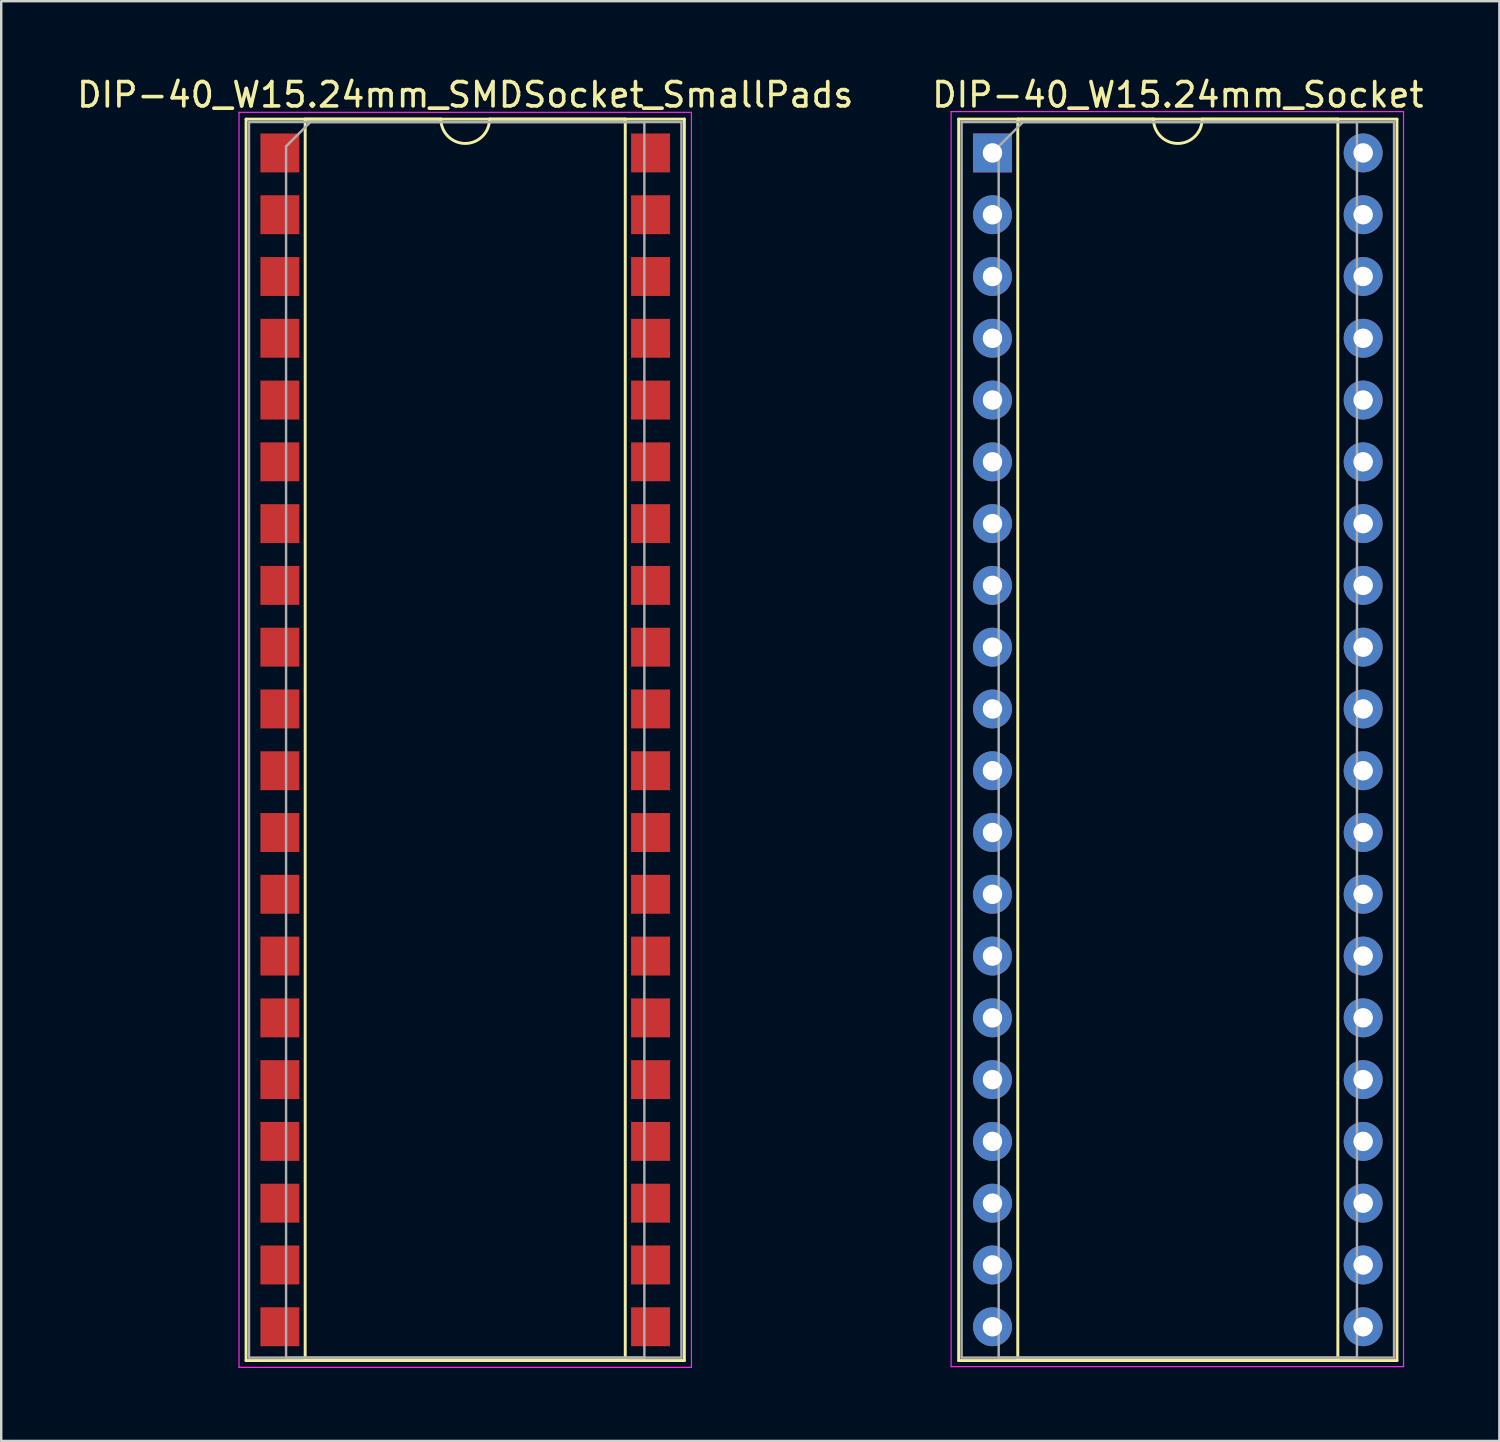
<source format=kicad_pcb>
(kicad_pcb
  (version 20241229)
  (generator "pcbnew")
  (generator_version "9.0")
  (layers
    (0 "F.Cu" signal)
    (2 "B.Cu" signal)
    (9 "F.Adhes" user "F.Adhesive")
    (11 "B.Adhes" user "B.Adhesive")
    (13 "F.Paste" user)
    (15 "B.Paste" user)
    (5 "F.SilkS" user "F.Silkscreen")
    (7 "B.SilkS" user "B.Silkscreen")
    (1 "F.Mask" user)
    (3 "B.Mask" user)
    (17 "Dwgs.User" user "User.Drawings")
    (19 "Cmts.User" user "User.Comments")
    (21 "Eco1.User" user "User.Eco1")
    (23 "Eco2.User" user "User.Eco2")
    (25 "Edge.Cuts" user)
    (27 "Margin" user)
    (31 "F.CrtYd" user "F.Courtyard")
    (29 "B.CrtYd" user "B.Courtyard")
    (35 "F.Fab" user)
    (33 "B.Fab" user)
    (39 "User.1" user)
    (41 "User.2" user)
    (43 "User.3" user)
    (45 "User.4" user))
  (footprint "DIP-40_W15.24mm_Socket"
    (layer "F.Cu")
    (at 37.755 3.238)
    (property "Reference" "DIP-40_W15.24mm_Socket" (at 7.62 -2.39 0) (layer "F.SilkS") (effects (font (size 1 1) (thickness 0.15))))
    (attr through_hole)
    (fp_line (start -1.39 -1.39) (end -1.39 49.65) (stroke (width 0.12) (type solid)) (layer "F.SilkS"))
    (fp_line (start -1.39 49.65) (end 16.63 49.65) (stroke (width 0.12) (type solid)) (layer "F.SilkS"))
    (fp_line (start 1.04 -1.39) (end 1.04 49.65) (stroke (width 0.12) (type solid)) (layer "F.SilkS"))
    (fp_line (start 1.04 49.65) (end 14.2 49.65) (stroke (width 0.12) (type solid)) (layer "F.SilkS"))
    (fp_line (start 6.62 -1.39) (end 1.04 -1.39) (stroke (width 0.12) (type solid)) (layer "F.SilkS"))
    (fp_line (start 14.2 -1.39) (end 8.62 -1.39) (stroke (width 0.12) (type solid)) (layer "F.SilkS"))
    (fp_line (start 14.2 49.65) (end 14.2 -1.39) (stroke (width 0.12) (type solid)) (layer "F.SilkS"))
    (fp_line (start 16.63 -1.39) (end -1.39 -1.39) (stroke (width 0.12) (type solid)) (layer "F.SilkS"))
    (fp_line (start 16.63 49.65) (end 16.63 -1.39) (stroke (width 0.12) (type solid)) (layer "F.SilkS"))
    (fp_arc (start 8.62 -1.39) (mid 7.62 -0.39) (end 6.62 -1.39) (stroke (width 0.12) (type solid)) (layer "F.SilkS"))
    (fp_line (start -1.7 -1.7) (end -1.7 49.9) (stroke (width 0.05) (type solid)) (layer "F.CrtYd"))
    (fp_line (start -1.7 49.9) (end 16.9 49.9) (stroke (width 0.05) (type solid)) (layer "F.CrtYd"))
    (fp_line (start 16.9 -1.7) (end -1.7 -1.7) (stroke (width 0.05) (type solid)) (layer "F.CrtYd"))
    (fp_line (start 16.9 49.9) (end 16.9 -1.7) (stroke (width 0.05) (type solid)) (layer "F.CrtYd"))
    (fp_line (start -1.27 -1.27) (end -1.27 49.53) (stroke (width 0.1) (type solid)) (layer "F.Fab"))
    (fp_line (start -1.27 49.53) (end 16.51 49.53) (stroke (width 0.1) (type solid)) (layer "F.Fab"))
    (fp_line (start 0.255 -0.27) (end 1.255 -1.27) (stroke (width 0.1) (type solid)) (layer "F.Fab"))
    (fp_line (start 0.255 49.53) (end 0.255 -0.27) (stroke (width 0.1) (type solid)) (layer "F.Fab"))
    (fp_line (start 1.255 -1.27) (end 14.985 -1.27) (stroke (width 0.1) (type solid)) (layer "F.Fab"))
    (fp_line (start 14.985 -1.27) (end 14.985 49.53) (stroke (width 0.1) (type solid)) (layer "F.Fab"))
    (fp_line (start 14.985 49.53) (end 0.255 49.53) (stroke (width 0.1) (type solid)) (layer "F.Fab"))
    (fp_line (start 16.51 -1.27) (end -1.27 -1.27) (stroke (width 0.1) (type solid)) (layer "F.Fab"))
    (fp_line (start 16.51 49.53) (end 16.51 -1.27) (stroke (width 0.1) (type solid)) (layer "F.Fab"))
    (pad "1" thru_hole rect (at 0 0) (size 1.6 1.6) (drill 0.8) (layers "*.Cu" "*.Mask"))
    (pad "2" thru_hole oval (at 0 2.54) (size 1.6 1.6) (drill 0.8) (layers "*.Cu" "*.Mask"))
    (pad "3" thru_hole oval (at 0 5.08) (size 1.6 1.6) (drill 0.8) (layers "*.Cu" "*.Mask"))
    (pad "4" thru_hole oval (at 0 7.62) (size 1.6 1.6) (drill 0.8) (layers "*.Cu" "*.Mask"))
    (pad "5" thru_hole oval (at 0 10.16) (size 1.6 1.6) (drill 0.8) (layers "*.Cu" "*.Mask"))
    (pad "6" thru_hole oval (at 0 12.7) (size 1.6 1.6) (drill 0.8) (layers "*.Cu" "*.Mask"))
    (pad "7" thru_hole oval (at 0 15.24) (size 1.6 1.6) (drill 0.8) (layers "*.Cu" "*.Mask"))
    (pad "8" thru_hole oval (at 0 17.78) (size 1.6 1.6) (drill 0.8) (layers "*.Cu" "*.Mask"))
    (pad "9" thru_hole oval (at 0 20.32) (size 1.6 1.6) (drill 0.8) (layers "*.Cu" "*.Mask"))
    (pad "10" thru_hole oval (at 0 22.86) (size 1.6 1.6) (drill 0.8) (layers "*.Cu" "*.Mask"))
    (pad "11" thru_hole oval (at 0 25.4) (size 1.6 1.6) (drill 0.8) (layers "*.Cu" "*.Mask"))
    (pad "12" thru_hole oval (at 0 27.94) (size 1.6 1.6) (drill 0.8) (layers "*.Cu" "*.Mask"))
    (pad "13" thru_hole oval (at 0 30.48) (size 1.6 1.6) (drill 0.8) (layers "*.Cu" "*.Mask"))
    (pad "14" thru_hole oval (at 0 33.02) (size 1.6 1.6) (drill 0.8) (layers "*.Cu" "*.Mask"))
    (pad "15" thru_hole oval (at 0 35.56) (size 1.6 1.6) (drill 0.8) (layers "*.Cu" "*.Mask"))
    (pad "16" thru_hole oval (at 0 38.1) (size 1.6 1.6) (drill 0.8) (layers "*.Cu" "*.Mask"))
    (pad "17" thru_hole oval (at 0 40.64) (size 1.6 1.6) (drill 0.8) (layers "*.Cu" "*.Mask"))
    (pad "18" thru_hole oval (at 0 43.18) (size 1.6 1.6) (drill 0.8) (layers "*.Cu" "*.Mask"))
    (pad "19" thru_hole oval (at 0 45.72) (size 1.6 1.6) (drill 0.8) (layers "*.Cu" "*.Mask"))
    (pad "20" thru_hole oval (at 0 48.26) (size 1.6 1.6) (drill 0.8) (layers "*.Cu" "*.Mask"))
    (pad "21" thru_hole oval (at 15.24 48.26) (size 1.6 1.6) (drill 0.8) (layers "*.Cu" "*.Mask"))
    (pad "22" thru_hole oval (at 15.24 45.72) (size 1.6 1.6) (drill 0.8) (layers "*.Cu" "*.Mask"))
    (pad "23" thru_hole oval (at 15.24 43.18) (size 1.6 1.6) (drill 0.8) (layers "*.Cu" "*.Mask"))
    (pad "24" thru_hole oval (at 15.24 40.64) (size 1.6 1.6) (drill 0.8) (layers "*.Cu" "*.Mask"))
    (pad "25" thru_hole oval (at 15.24 38.1) (size 1.6 1.6) (drill 0.8) (layers "*.Cu" "*.Mask"))
    (pad "26" thru_hole oval (at 15.24 35.56) (size 1.6 1.6) (drill 0.8) (layers "*.Cu" "*.Mask"))
    (pad "27" thru_hole oval (at 15.24 33.02) (size 1.6 1.6) (drill 0.8) (layers "*.Cu" "*.Mask"))
    (pad "28" thru_hole oval (at 15.24 30.48) (size 1.6 1.6) (drill 0.8) (layers "*.Cu" "*.Mask"))
    (pad "29" thru_hole oval (at 15.24 27.94) (size 1.6 1.6) (drill 0.8) (layers "*.Cu" "*.Mask"))
    (pad "30" thru_hole oval (at 15.24 25.4) (size 1.6 1.6) (drill 0.8) (layers "*.Cu" "*.Mask"))
    (pad "31" thru_hole oval (at 15.24 22.86) (size 1.6 1.6) (drill 0.8) (layers "*.Cu" "*.Mask"))
    (pad "32" thru_hole oval (at 15.24 20.32) (size 1.6 1.6) (drill 0.8) (layers "*.Cu" "*.Mask"))
    (pad "33" thru_hole oval (at 15.24 17.78) (size 1.6 1.6) (drill 0.8) (layers "*.Cu" "*.Mask"))
    (pad "34" thru_hole oval (at 15.24 15.24) (size 1.6 1.6) (drill 0.8) (layers "*.Cu" "*.Mask"))
    (pad "35" thru_hole oval (at 15.24 12.7) (size 1.6 1.6) (drill 0.8) (layers "*.Cu" "*.Mask"))
    (pad "36" thru_hole oval (at 15.24 10.16) (size 1.6 1.6) (drill 0.8) (layers "*.Cu" "*.Mask"))
    (pad "37" thru_hole oval (at 15.24 7.62) (size 1.6 1.6) (drill 0.8) (layers "*.Cu" "*.Mask"))
    (pad "38" thru_hole oval (at 15.24 5.08) (size 1.6 1.6) (drill 0.8) (layers "*.Cu" "*.Mask"))
    (pad "39" thru_hole oval (at 15.24 2.54) (size 1.6 1.6) (drill 0.8) (layers "*.Cu" "*.Mask"))
    (pad "40" thru_hole oval (at 15.24 0) (size 1.6 1.6) (drill 0.8) (layers "*.Cu" "*.Mask")))
  (footprint "DIP-40_W15.24mm_SMDSocket_SmallPads"
    (layer "F.Cu")
    (at 16.077 27.368)
    (property "Reference" "DIP-40_W15.24mm_SMDSocket_SmallPads" (at 0 -26.52 0) (layer "F.SilkS") (effects (font (size 1 1) (thickness 0.15))))
    (attr smd)
    (fp_line (start -9.01 -25.52) (end -9.01 25.52) (stroke (width 0.12) (type solid)) (layer "F.SilkS"))
    (fp_line (start -9.01 25.52) (end 9.01 25.52) (stroke (width 0.12) (type solid)) (layer "F.SilkS"))
    (fp_line (start -6.58 -25.52) (end -6.58 25.52) (stroke (width 0.12) (type solid)) (layer "F.SilkS"))
    (fp_line (start -6.58 25.52) (end 6.58 25.52) (stroke (width 0.12) (type solid)) (layer "F.SilkS"))
    (fp_line (start -1 -25.52) (end -6.58 -25.52) (stroke (width 0.12) (type solid)) (layer "F.SilkS"))
    (fp_line (start 6.58 -25.52) (end 1 -25.52) (stroke (width 0.12) (type solid)) (layer "F.SilkS"))
    (fp_line (start 6.58 25.52) (end 6.58 -25.52) (stroke (width 0.12) (type solid)) (layer "F.SilkS"))
    (fp_line (start 9.01 -25.52) (end -9.01 -25.52) (stroke (width 0.12) (type solid)) (layer "F.SilkS"))
    (fp_line (start 9.01 25.52) (end 9.01 -25.52) (stroke (width 0.12) (type solid)) (layer "F.SilkS"))
    (fp_arc (start 1 -25.52) (mid 0 -24.52) (end -1 -25.52) (stroke (width 0.12) (type solid)) (layer "F.SilkS"))
    (fp_line (start -9.3 -25.8) (end -9.3 25.8) (stroke (width 0.05) (type solid)) (layer "F.CrtYd"))
    (fp_line (start -9.3 25.8) (end 9.3 25.8) (stroke (width 0.05) (type solid)) (layer "F.CrtYd"))
    (fp_line (start 9.3 -25.8) (end -9.3 -25.8) (stroke (width 0.05) (type solid)) (layer "F.CrtYd"))
    (fp_line (start 9.3 25.8) (end 9.3 -25.8) (stroke (width 0.05) (type solid)) (layer "F.CrtYd"))
    (fp_line (start -8.89 -25.4) (end -8.89 25.4) (stroke (width 0.1) (type solid)) (layer "F.Fab"))
    (fp_line (start -8.89 25.4) (end 8.89 25.4) (stroke (width 0.1) (type solid)) (layer "F.Fab"))
    (fp_line (start -7.365 -24.4) (end -6.365 -25.4) (stroke (width 0.1) (type solid)) (layer "F.Fab"))
    (fp_line (start -7.365 25.4) (end -7.365 -24.4) (stroke (width 0.1) (type solid)) (layer "F.Fab"))
    (fp_line (start -6.365 -25.4) (end 7.365 -25.4) (stroke (width 0.1) (type solid)) (layer "F.Fab"))
    (fp_line (start 7.365 -25.4) (end 7.365 25.4) (stroke (width 0.1) (type solid)) (layer "F.Fab"))
    (fp_line (start 7.365 25.4) (end -7.365 25.4) (stroke (width 0.1) (type solid)) (layer "F.Fab"))
    (fp_line (start 8.89 -25.4) (end -8.89 -25.4) (stroke (width 0.1) (type solid)) (layer "F.Fab"))
    (fp_line (start 8.89 25.4) (end 8.89 -25.4) (stroke (width 0.1) (type solid)) (layer "F.Fab"))
    (pad "1" smd rect (at -7.62 -24.13) (size 1.6 1.6) (layers "F.Cu" "F.Mask"))
    (pad "2" smd rect (at -7.62 -21.59) (size 1.6 1.6) (layers "F.Cu" "F.Mask"))
    (pad "3" smd rect (at -7.62 -19.05) (size 1.6 1.6) (layers "F.Cu" "F.Mask"))
    (pad "4" smd rect (at -7.62 -16.51) (size 1.6 1.6) (layers "F.Cu" "F.Mask"))
    (pad "5" smd rect (at -7.62 -13.97) (size 1.6 1.6) (layers "F.Cu" "F.Mask"))
    (pad "6" smd rect (at -7.62 -11.43) (size 1.6 1.6) (layers "F.Cu" "F.Mask"))
    (pad "7" smd rect (at -7.62 -8.89) (size 1.6 1.6) (layers "F.Cu" "F.Mask"))
    (pad "8" smd rect (at -7.62 -6.35) (size 1.6 1.6) (layers "F.Cu" "F.Mask"))
    (pad "9" smd rect (at -7.62 -3.81) (size 1.6 1.6) (layers "F.Cu" "F.Mask"))
    (pad "10" smd rect (at -7.62 -1.27) (size 1.6 1.6) (layers "F.Cu" "F.Mask"))
    (pad "11" smd rect (at -7.62 1.27) (size 1.6 1.6) (layers "F.Cu" "F.Mask"))
    (pad "12" smd rect (at -7.62 3.81) (size 1.6 1.6) (layers "F.Cu" "F.Mask"))
    (pad "13" smd rect (at -7.62 6.35) (size 1.6 1.6) (layers "F.Cu" "F.Mask"))
    (pad "14" smd rect (at -7.62 8.89) (size 1.6 1.6) (layers "F.Cu" "F.Mask"))
    (pad "15" smd rect (at -7.62 11.43) (size 1.6 1.6) (layers "F.Cu" "F.Mask"))
    (pad "16" smd rect (at -7.62 13.97) (size 1.6 1.6) (layers "F.Cu" "F.Mask"))
    (pad "17" smd rect (at -7.62 16.51) (size 1.6 1.6) (layers "F.Cu" "F.Mask"))
    (pad "18" smd rect (at -7.62 19.05) (size 1.6 1.6) (layers "F.Cu" "F.Mask"))
    (pad "19" smd rect (at -7.62 21.59) (size 1.6 1.6) (layers "F.Cu" "F.Mask"))
    (pad "20" smd rect (at -7.62 24.13) (size 1.6 1.6) (layers "F.Cu" "F.Mask"))
    (pad "21" smd rect (at 7.62 24.13) (size 1.6 1.6) (layers "F.Cu" "F.Mask"))
    (pad "22" smd rect (at 7.62 21.59) (size 1.6 1.6) (layers "F.Cu" "F.Mask"))
    (pad "23" smd rect (at 7.62 19.05) (size 1.6 1.6) (layers "F.Cu" "F.Mask"))
    (pad "24" smd rect (at 7.62 16.51) (size 1.6 1.6) (layers "F.Cu" "F.Mask"))
    (pad "25" smd rect (at 7.62 13.97) (size 1.6 1.6) (layers "F.Cu" "F.Mask"))
    (pad "26" smd rect (at 7.62 11.43) (size 1.6 1.6) (layers "F.Cu" "F.Mask"))
    (pad "27" smd rect (at 7.62 8.89) (size 1.6 1.6) (layers "F.Cu" "F.Mask"))
    (pad "28" smd rect (at 7.62 6.35) (size 1.6 1.6) (layers "F.Cu" "F.Mask"))
    (pad "29" smd rect (at 7.62 3.81) (size 1.6 1.6) (layers "F.Cu" "F.Mask"))
    (pad "30" smd rect (at 7.62 1.27) (size 1.6 1.6) (layers "F.Cu" "F.Mask"))
    (pad "31" smd rect (at 7.62 -1.27) (size 1.6 1.6) (layers "F.Cu" "F.Mask"))
    (pad "32" smd rect (at 7.62 -3.81) (size 1.6 1.6) (layers "F.Cu" "F.Mask"))
    (pad "33" smd rect (at 7.62 -6.35) (size 1.6 1.6) (layers "F.Cu" "F.Mask"))
    (pad "34" smd rect (at 7.62 -8.89) (size 1.6 1.6) (layers "F.Cu" "F.Mask"))
    (pad "35" smd rect (at 7.62 -11.43) (size 1.6 1.6) (layers "F.Cu" "F.Mask"))
    (pad "36" smd rect (at 7.62 -13.97) (size 1.6 1.6) (layers "F.Cu" "F.Mask"))
    (pad "37" smd rect (at 7.62 -16.51) (size 1.6 1.6) (layers "F.Cu" "F.Mask"))
    (pad "38" smd rect (at 7.62 -19.05) (size 1.6 1.6) (layers "F.Cu" "F.Mask"))
    (pad "39" smd rect (at 7.62 -21.59) (size 1.6 1.6) (layers "F.Cu" "F.Mask"))
    (pad "40" smd rect (at 7.62 -24.13) (size 1.6 1.6) (layers "F.Cu" "F.Mask")))
  (gr_rect
    (start -3 -3)
    (end 58.595 56.193)
    (stroke (width 0.1) (type default))
    (fill no)
    (layer "Edge.Cuts")))
</source>
